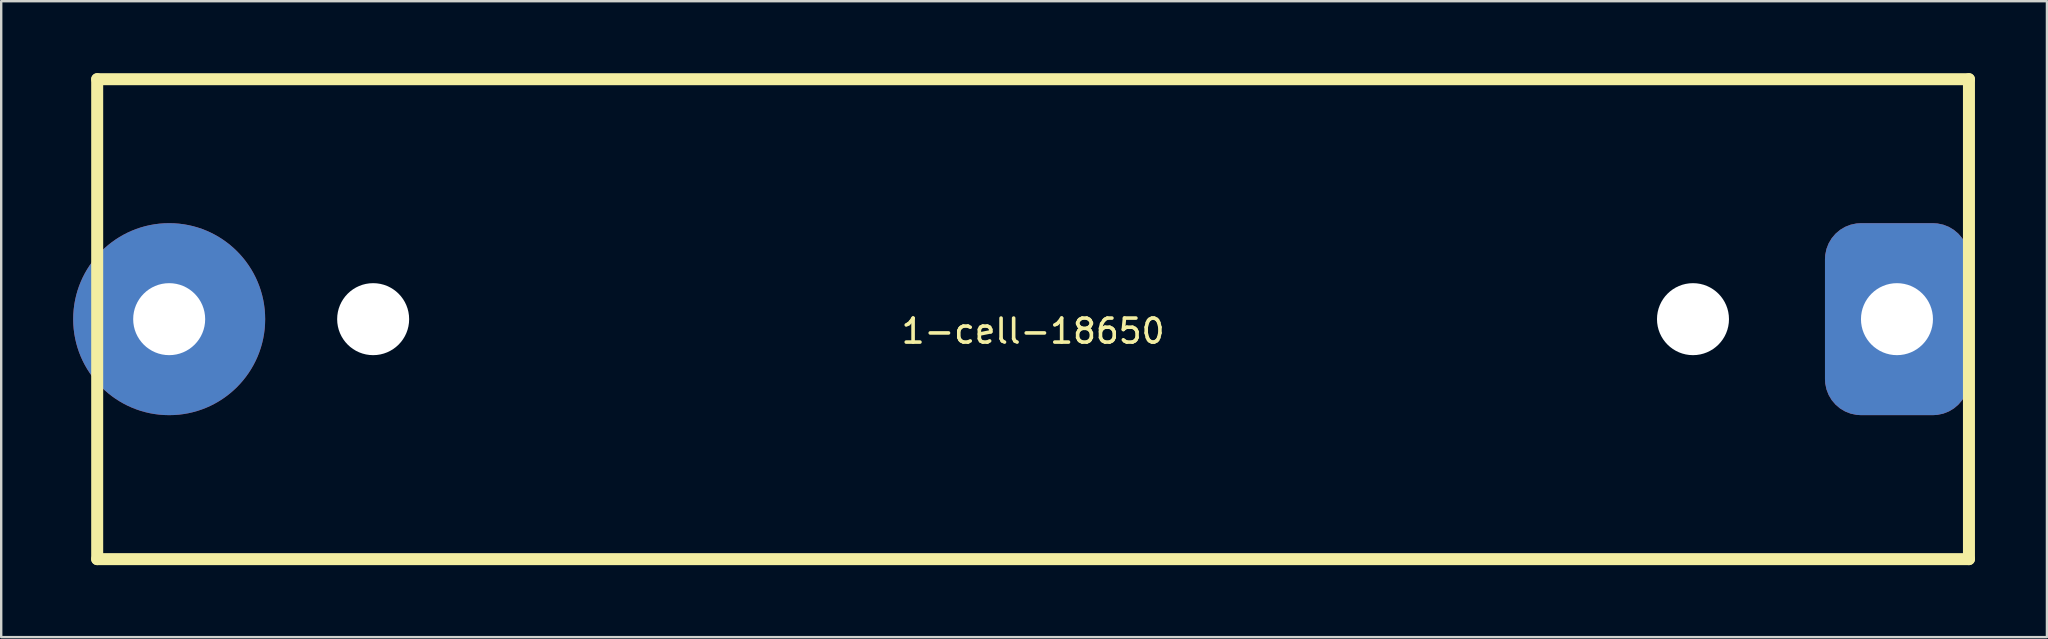
<source format=kicad_pcb>
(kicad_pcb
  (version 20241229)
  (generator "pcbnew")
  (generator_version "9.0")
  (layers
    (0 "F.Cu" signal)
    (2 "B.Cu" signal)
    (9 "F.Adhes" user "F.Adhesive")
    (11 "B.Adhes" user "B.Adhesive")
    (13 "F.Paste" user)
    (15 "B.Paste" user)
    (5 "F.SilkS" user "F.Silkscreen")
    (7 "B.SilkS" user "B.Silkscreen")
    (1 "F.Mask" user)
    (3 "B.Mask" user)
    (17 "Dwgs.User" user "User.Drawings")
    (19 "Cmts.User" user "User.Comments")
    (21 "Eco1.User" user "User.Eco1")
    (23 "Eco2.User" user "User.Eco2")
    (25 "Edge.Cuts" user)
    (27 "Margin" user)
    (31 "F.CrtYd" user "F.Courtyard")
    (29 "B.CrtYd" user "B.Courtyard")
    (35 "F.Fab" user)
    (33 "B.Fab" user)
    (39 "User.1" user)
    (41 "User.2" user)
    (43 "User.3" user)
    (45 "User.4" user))
  (footprint "1-cell-18650"
    (layer "F.Cu")
    (at 40 10.25)
    (property "Reference" "1-cell-18650" (at 0 0.5 0) (layer "F.SilkS") (effects (font (size 1 1) (thickness 0.15))))
    (attr through_hole)
    (fp_line (start -39 -10) (end -39 10) (stroke (width 0.5) (type solid)) (layer "F.SilkS"))
    (fp_line (start -39 10) (end 39 10) (stroke (width 0.5) (type solid)) (layer "F.SilkS"))
    (fp_line (start 39 -10) (end -39 -10) (stroke (width 0.5) (type solid)) (layer "F.SilkS"))
    (fp_line (start 39 10) (end 39 -10) (stroke (width 0.5) (type solid)) (layer "F.SilkS"))
    (pad "" np_thru_hole circle (at -27.5 0) (size 3 3) (drill 3) (layers "*.Cu" "*.Mask"))
    (pad "" np_thru_hole circle (at 27.5 0) (size 3 3) (drill 3) (layers "*.Cu" "*.Mask"))
    (pad "1" thru_hole roundrect (at 36 0) (size 6 8) (drill 3) (layers "*.Cu" "*.Mask") (roundrect_rratio 0.25))
    (pad "2" thru_hole circle (at -36 0) (size 8 8) (drill 3) (layers "*.Cu" "*.Mask")))
  (gr_rect
    (start -3 -3)
    (end 82.25 23.5)
    (stroke (width 0.1) (type default))
    (fill no)
    (layer "Edge.Cuts")))
</source>
